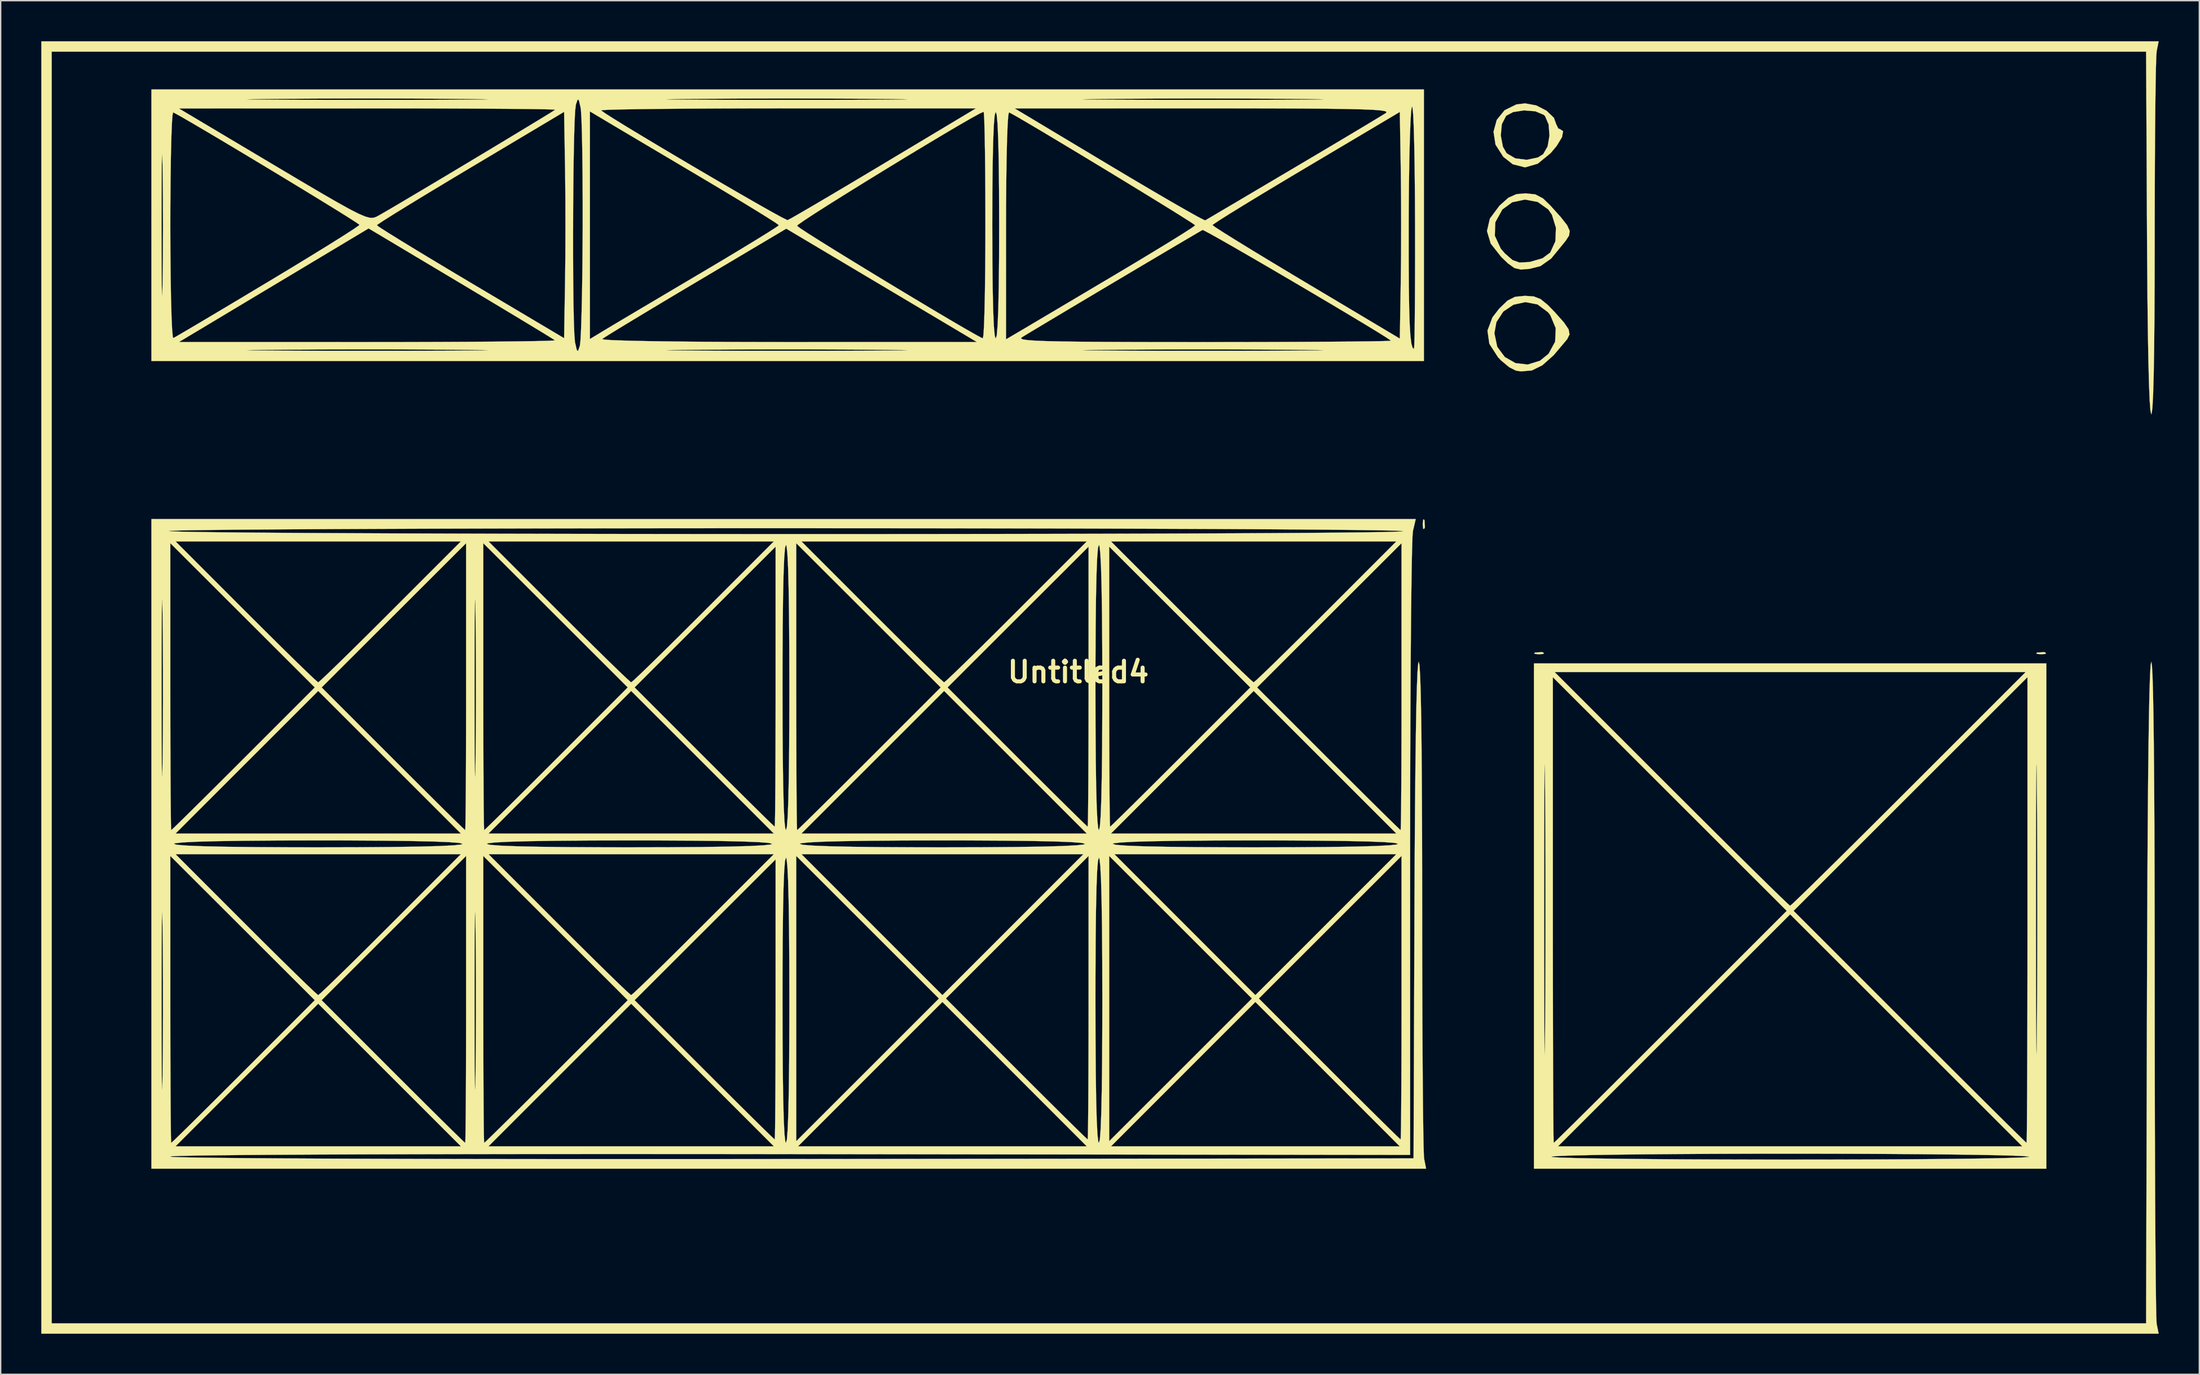
<source format=kicad_pcb>
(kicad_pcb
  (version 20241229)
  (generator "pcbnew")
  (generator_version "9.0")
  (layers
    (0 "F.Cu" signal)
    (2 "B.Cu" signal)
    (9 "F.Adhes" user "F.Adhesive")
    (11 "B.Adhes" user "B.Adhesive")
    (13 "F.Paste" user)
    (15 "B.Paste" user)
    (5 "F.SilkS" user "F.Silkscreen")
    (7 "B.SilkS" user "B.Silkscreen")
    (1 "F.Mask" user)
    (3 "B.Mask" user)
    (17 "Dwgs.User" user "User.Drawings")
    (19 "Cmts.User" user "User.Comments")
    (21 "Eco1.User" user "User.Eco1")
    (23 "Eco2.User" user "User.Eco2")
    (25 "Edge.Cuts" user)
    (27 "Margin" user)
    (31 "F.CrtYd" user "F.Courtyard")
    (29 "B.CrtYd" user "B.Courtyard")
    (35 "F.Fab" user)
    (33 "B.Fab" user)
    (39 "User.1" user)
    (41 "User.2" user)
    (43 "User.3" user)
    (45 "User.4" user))
  (footprint "Untitled4"
    (layer "F.Cu")
    (at 76.586 46.614)
    (property "Reference" "Untitled4" (at 0 0 0) (layer "F.SilkS") (effects (font (size 1.524 1.524) (thickness 0.3))))
    (attr through_hole)
    (fp_poly (pts (xy 25.568 -11.239) (xy 25.602 -10.719) (xy 25.568 -10.604) (xy 25.476 -10.573) (xy 25.44 -10.922) (xy 25.48 -11.283) (xy 25.568 -11.239)) (stroke (width 0.01) (type solid)) (fill yes) (layer "F.SilkS"))
    (fp_poly (pts (xy 34.353 -1.438) (xy 34.385 -1.346) (xy 34.036 -1.31) (xy 33.675 -1.35) (xy 33.718 -1.438) (xy 34.239 -1.472) (xy 34.353 -1.438)) (stroke (width 0.01) (type solid)) (fill yes) (layer "F.SilkS"))
    (fp_poly (pts (xy 71.438 -1.438) (xy 71.469 -1.346) (xy 71.12 -1.31) (xy 70.759 -1.35) (xy 70.802 -1.438) (xy 71.323 -1.472) (xy 71.438 -1.438)) (stroke (width 0.01) (type solid)) (fill yes) (layer "F.SilkS"))
    (fp_poly (pts (xy 33.827 -41.872) (xy 34.586 -41.481) (xy 35.129 -40.957) (xy 35.306 -40.469) (xy 35.459 -40.16) (xy 35.56 -40.132) (xy 35.81 -39.967) (xy 35.726 -39.526) (xy 35.339 -38.886) (xy 34.884 -38.343) (xy 33.936 -37.568) (xy 33.001 -37.295) (xy 32.093 -37.525) (xy 31.391 -38.077) (xy 30.816 -38.976) (xy 30.713 -39.646) (xy 31.206 -39.646) (xy 31.363 -38.818) (xy 31.637 -38.339) (xy 32.278 -37.961) (xy 33.124 -37.854) (xy 33.944 -38.025) (xy 34.333 -38.266) (xy 34.665 -38.84) (xy 34.802 -39.642) (xy 34.741 -40.461) (xy 34.478 -41.08) (xy 34.385 -41.175) (xy 33.761 -41.439) (xy 32.927 -41.506) (xy 32.117 -41.382) (xy 31.601 -41.108) (xy 31.284 -40.486) (xy 31.206 -39.646) (xy 30.713 -39.646) (xy 30.67 -39.923) (xy 30.909 -40.806) (xy 31.488 -41.518) (xy 32.361 -41.948) (xy 33.006 -42.025) (xy 33.827 -41.872)) (stroke (width 0.01) (type solid)) (fill yes) (layer "F.SilkS"))
    (fp_poly (pts (xy 33.643 -27.757) (xy 34.145 -27.562) (xy 34.679 -27.128) (xy 35.197 -26.593) (xy 35.868 -25.839) (xy 36.215 -25.329) (xy 36.284 -24.956) (xy 36.122 -24.616) (xy 36.083 -24.564) (xy 35.11 -23.412) (xy 34.276 -22.67) (xy 33.502 -22.288) (xy 32.708 -22.217) (xy 32.334 -22.271) (xy 31.828 -22.526) (xy 31.221 -23.033) (xy 31 -23.266) (xy 30.361 -24.259) (xy 30.25 -25.039) (xy 30.734 -25.039) (xy 30.945 -24.031) (xy 31.503 -23.28) (xy 32.292 -22.83) (xy 33.197 -22.724) (xy 34.104 -23.007) (xy 34.734 -23.519) (xy 35.221 -24.411) (xy 35.265 -25.408) (xy 34.866 -26.369) (xy 34.698 -26.587) (xy 33.917 -27.166) (xy 33.026 -27.338) (xy 32.146 -27.147) (xy 31.392 -26.64) (xy 30.884 -25.863) (xy 30.734 -25.039) (xy 30.25 -25.039) (xy 30.223 -25.229) (xy 30.589 -26.209) (xy 31.09 -26.858) (xy 31.706 -27.451) (xy 32.258 -27.729) (xy 32.969 -27.801) (xy 33.013 -27.801) (xy 33.643 -27.757)) (stroke (width 0.01) (type solid)) (fill yes) (layer "F.SilkS"))
    (fp_poly (pts (xy 33.753 -35.3) (xy 34.325 -35.001) (xy 34.866 -34.477) (xy 35.641 -33.614) (xy 36.105 -33.023) (xy 36.296 -32.603) (xy 36.249 -32.253) (xy 36.003 -31.875) (xy 35.877 -31.719) (xy 35.372 -31.101) (xy 34.925 -30.557) (xy 34.141 -30.001) (xy 33.34 -29.796) (xy 32.691 -29.744) (xy 32.217 -29.854) (xy 31.731 -30.203) (xy 31.245 -30.671) (xy 30.467 -31.657) (xy 30.289 -32.245) (xy 30.765 -32.245) (xy 31.208 -31.283) (xy 31.508 -30.937) (xy 32.075 -30.443) (xy 32.592 -30.261) (xy 33.32 -30.302) (xy 33.347 -30.305) (xy 34.286 -30.576) (xy 34.859 -31) (xy 35.241 -31.836) (xy 35.28 -32.834) (xy 34.984 -33.79) (xy 34.718 -34.183) (xy 33.936 -34.739) (xy 32.988 -34.916) (xy 32.046 -34.715) (xy 31.322 -34.183) (xy 30.802 -33.24) (xy 30.765 -32.245) (xy 30.289 -32.245) (xy 30.186 -32.588) (xy 30.4 -33.509) (xy 31.109 -34.462) (xy 31.111 -34.464) (xy 31.766 -35.05) (xy 32.364 -35.318) (xy 33.02 -35.375) (xy 33.753 -35.3)) (stroke (width 0.01) (type solid)) (fill yes) (layer "F.SilkS"))
    (fp_poly (pts (xy 79.648 -45.879) (xy 79.62 -45.488) (xy 79.593 -44.64) (xy 79.569 -43.386) (xy 79.548 -41.777) (xy 79.53 -39.864) (xy 79.516 -37.699) (xy 79.507 -35.332) (xy 79.502 -32.814) (xy 79.502 -32.099) (xy 79.497 -28.873) (xy 79.483 -26.084) (xy 79.459 -23.743) (xy 79.426 -21.861) (xy 79.384 -20.45) (xy 79.333 -19.521) (xy 79.274 -19.084) (xy 79.25 -19.05) (xy 79.188 -19.302) (xy 79.131 -20.049) (xy 79.081 -21.28) (xy 79.036 -22.98) (xy 78.998 -25.139) (xy 78.966 -27.743) (xy 78.942 -30.779) (xy 78.933 -32.449) (xy 78.867 -45.847) (xy -75.819 -45.847) (xy -75.819 48.133) (xy 78.867 48.133) (xy 78.932 23.686) (xy 78.947 19.106) (xy 78.965 14.987) (xy 78.988 11.333) (xy 79.014 8.151) (xy 79.045 5.444) (xy 79.079 3.218) (xy 79.116 1.48) (xy 79.157 0.233) (xy 79.202 -0.516) (xy 79.249 -0.762) (xy 79.297 -0.509) (xy 79.34 0.248) (xy 79.378 1.503) (xy 79.411 3.252) (xy 79.439 5.491) (xy 79.462 8.214) (xy 79.48 11.418) (xy 79.493 15.096) (xy 79.5 19.246) (xy 79.502 23.336) (xy 79.504 26.806) (xy 79.508 30.142) (xy 79.515 33.307) (xy 79.525 36.265) (xy 79.536 38.979) (xy 79.55 41.413) (xy 79.566 43.531) (xy 79.583 45.297) (xy 79.602 46.674) (xy 79.621 47.625) (xy 79.642 48.115) (xy 79.648 48.165) (xy 79.794 48.895) (xy -76.581 48.895) (xy -76.581 -46.609) (xy 79.794 -46.609) (xy 79.648 -45.879)) (stroke (width 0.01) (type solid)) (fill yes) (layer "F.SilkS"))
    (fp_poly (pts (xy 71.501 36.703) (xy 33.655 36.703) (xy 33.655 35.814) (xy 34.925 35.814) (xy 35.083 35.852) (xy 35.715 35.887) (xy 36.787 35.919) (xy 38.264 35.948) (xy 40.112 35.974) (xy 42.297 35.995) (xy 44.785 36.012) (xy 47.542 36.024) (xy 50.532 36.031) (xy 52.578 36.032) (xy 55.702 36.029) (xy 58.614 36.021) (xy 61.28 36.007) (xy 63.665 35.988) (xy 65.735 35.965) (xy 67.457 35.939) (xy 68.795 35.908) (xy 69.715 35.875) (xy 70.184 35.839) (xy 70.231 35.814) (xy 69.896 35.777) (xy 69.096 35.742) (xy 67.874 35.709) (xy 66.274 35.68) (xy 64.337 35.654) (xy 62.108 35.632) (xy 59.629 35.615) (xy 56.943 35.603) (xy 54.094 35.597) (xy 52.578 35.596) (xy 49.661 35.599) (xy 46.886 35.608) (xy 44.295 35.623) (xy 41.932 35.642) (xy 39.839 35.666) (xy 38.061 35.694) (xy 36.638 35.725) (xy 35.616 35.759) (xy 35.037 35.795) (xy 34.925 35.814) (xy 33.655 35.814) (xy 33.655 35.052) (xy 35.434 35.052) (xy 69.722 35.052) (xy 61.15 26.48) (xy 52.578 17.908) (xy 35.434 35.052) (xy 33.655 35.052) (xy 33.655 17.526) (xy 34.41 17.526) (xy 34.411 20.19) (xy 34.414 22.507) (xy 34.418 24.458) (xy 34.423 26.026) (xy 34.43 27.194) (xy 34.438 27.944) (xy 34.447 28.258) (xy 34.457 28.12) (xy 34.468 27.511) (xy 34.479 26.414) (xy 34.48 26.226) (xy 34.496 23.606) (xy 34.506 20.648) (xy 34.509 17.591) (xy 35.052 17.591) (xy 35.053 20.496) (xy 35.056 23.248) (xy 35.06 25.804) (xy 35.066 28.122) (xy 35.073 30.163) (xy 35.081 31.885) (xy 35.09 33.245) (xy 35.1 34.204) (xy 35.111 34.719) (xy 35.117 34.798) (xy 35.304 34.624) (xy 35.814 34.125) (xy 36.614 33.337) (xy 37.667 32.293) (xy 38.938 31.03) (xy 40.392 29.58) (xy 41.995 27.981) (xy 43.711 26.266) (xy 43.753 26.224) (xy 52.324 17.65) (xy 52.832 17.65) (xy 61.403 26.224) (xy 63.121 27.941) (xy 64.727 29.544) (xy 66.186 30.997) (xy 67.462 32.266) (xy 68.52 33.315) (xy 69.326 34.11) (xy 69.844 34.616) (xy 70.039 34.798) (xy 70.039 34.798) (xy 70.05 34.551) (xy 70.06 33.837) (xy 70.07 32.698) (xy 70.079 31.175) (xy 70.087 29.309) (xy 70.093 27.141) (xy 70.098 24.714) (xy 70.102 22.068) (xy 70.104 19.244) (xy 70.104 17.591) (xy 70.104 17.526) (xy 70.732 17.526) (xy 70.733 20.19) (xy 70.736 22.507) (xy 70.74 24.458) (xy 70.745 26.026) (xy 70.752 27.194) (xy 70.76 27.944) (xy 70.769 28.258) (xy 70.779 28.12) (xy 70.79 27.511) (xy 70.801 26.414) (xy 70.802 26.226) (xy 70.819 23.606) (xy 70.828 20.648) (xy 70.831 17.521) (xy 70.828 14.395) (xy 70.818 11.438) (xy 70.802 8.826) (xy 70.791 7.661) (xy 70.781 6.987) (xy 70.771 6.785) (xy 70.761 7.039) (xy 70.753 7.731) (xy 70.746 8.843) (xy 70.74 10.357) (xy 70.736 12.257) (xy 70.733 14.525) (xy 70.732 17.142) (xy 70.732 17.526) (xy 70.104 17.526) (xy 70.104 0.384) (xy 61.468 9.017) (xy 52.832 17.65) (xy 52.324 17.65) (xy 43.688 9.017) (xy 35.052 0.384) (xy 35.052 17.591) (xy 34.509 17.591) (xy 34.509 17.521) (xy 34.506 14.395) (xy 34.496 11.438) (xy 34.48 8.826) (xy 34.469 7.661) (xy 34.459 6.987) (xy 34.449 6.785) (xy 34.439 7.039) (xy 34.431 7.731) (xy 34.424 8.843) (xy 34.418 10.357) (xy 34.414 12.257) (xy 34.411 14.525) (xy 34.41 17.142) (xy 34.41 17.526) (xy 33.655 17.526) (xy 33.655 0) (xy 35.182 0) (xy 43.815 8.636) (xy 45.542 10.36) (xy 47.158 11.97) (xy 48.63 13.43) (xy 49.921 14.706) (xy 50.997 15.763) (xy 51.821 16.566) (xy 52.359 17.081) (xy 52.576 17.272) (xy 52.578 17.272) (xy 52.778 17.098) (xy 53.301 16.599) (xy 54.113 15.809) (xy 55.176 14.764) (xy 56.458 13.498) (xy 57.921 12.046) (xy 59.532 10.443) (xy 61.254 8.723) (xy 61.341 8.636) (xy 69.974 0) (xy 35.182 0) (xy 33.655 0) (xy 33.655 -0.635) (xy 71.501 -0.635) (xy 71.501 36.703)) (stroke (width 0.01) (type solid)) (fill yes) (layer "F.SilkS"))
    (fp_poly (pts (xy 25.527 -22.987) (xy -68.453 -22.987) (xy -68.453 -23.777) (xy -61.407 -23.777) (xy -61.027 -23.767) (xy -60.217 -23.759) (xy -58.996 -23.752) (xy -57.385 -23.746) (xy -55.401 -23.742) (xy -53.065 -23.741) (xy -52.451 -23.741) (xy -50.038 -23.742) (xy -47.977 -23.745) (xy -46.286 -23.75) (xy -44.984 -23.757) (xy -44.091 -23.765) (xy -43.625 -23.775) (xy -43.605 -23.785) (xy -44.051 -23.797) (xy -44.981 -23.809) (xy -45.294 -23.812) (xy -47.697 -23.83) (xy -50.41 -23.84) (xy -53.252 -23.842) (xy -56.041 -23.836) (xy -58.597 -23.822) (xy -59.772 -23.812) (xy -60.799 -23.8) (xy -61.337 -23.788) (xy -61.407 -23.777) (xy -68.453 -23.777) (xy -68.453 -24.386) (xy -66.421 -24.386) (xy -52.472 -24.385) (xy -49.868 -24.387) (xy -47.427 -24.394) (xy -45.194 -24.404) (xy -43.214 -24.418) (xy -41.533 -24.435) (xy -40.196 -24.455) (xy -39.248 -24.476) (xy -38.735 -24.5) (xy -38.655 -24.515) (xy -38.898 -24.673) (xy -39.523 -25.059) (xy -40.478 -25.639) (xy -41.708 -26.382) (xy -43.161 -27.255) (xy -44.781 -28.226) (xy -45.599 -28.715) (xy -52.411 -32.783) (xy -59.416 -28.585) (xy -66.421 -24.386) (xy -68.453 -24.386) (xy -68.453 -33.02) (xy -67.704 -33.02) (xy -67.702 -31.209) (xy -67.697 -29.753) (xy -67.688 -28.677) (xy -67.676 -28.007) (xy -67.662 -27.767) (xy -67.647 -27.983) (xy -67.63 -28.68) (xy -67.628 -28.765) (xy -67.605 -30.653) (xy -67.597 -32.805) (xy -67.597 -33.02) (xy -67.056 -33.02) (xy -67.05 -31.014) (xy -67.032 -29.183) (xy -67.004 -27.587) (xy -66.967 -26.283) (xy -66.923 -25.33) (xy -66.874 -24.787) (xy -66.837 -24.68) (xy -66.573 -24.828) (xy -65.927 -25.204) (xy -64.956 -25.778) (xy -63.713 -26.517) (xy -62.253 -27.388) (xy -60.63 -28.36) (xy -59.852 -28.826) (xy -58.184 -29.833) (xy -56.664 -30.759) (xy -55.347 -31.571) (xy -54.285 -32.238) (xy -53.529 -32.725) (xy -53.133 -33.001) (xy -53.114 -33.02) (xy -51.803 -33.02) (xy -51.593 -32.864) (xy -50.998 -32.482) (xy -50.07 -31.906) (xy -48.86 -31.167) (xy -47.421 -30.297) (xy -45.805 -29.329) (xy -44.889 -28.783) (xy -37.973 -24.673) (xy -37.903 -28.847) (xy -37.882 -30.714) (xy -37.876 -32.503) (xy -37.31 -32.503) (xy -37.309 -30.649) (xy -37.3 -28.897) (xy -37.282 -27.321) (xy -37.255 -25.999) (xy -37.219 -25.006) (xy -37.174 -24.418) (xy -37.163 -24.352) (xy -37.039 -23.805) (xy -36.948 -23.717) (xy -36.927 -23.777) (xy -30.419 -23.777) (xy -30.039 -23.767) (xy -29.229 -23.759) (xy -28.008 -23.752) (xy -26.397 -23.746) (xy -24.413 -23.742) (xy -22.077 -23.741) (xy -21.463 -23.741) (xy -19.05 -23.742) (xy -16.989 -23.745) (xy -15.298 -23.75) (xy -13.996 -23.757) (xy -13.103 -23.765) (xy -12.637 -23.775) (xy -12.633 -23.777) (xy 0.315 -23.777) (xy 0.695 -23.767) (xy 1.505 -23.759) (xy 2.726 -23.752) (xy 4.337 -23.746) (xy 6.321 -23.742) (xy 8.657 -23.741) (xy 9.271 -23.741) (xy 11.684 -23.742) (xy 13.745 -23.745) (xy 15.436 -23.75) (xy 16.738 -23.757) (xy 17.631 -23.765) (xy 18.097 -23.775) (xy 18.117 -23.785) (xy 17.671 -23.797) (xy 16.741 -23.809) (xy 16.428 -23.812) (xy 14.025 -23.83) (xy 11.312 -23.84) (xy 8.47 -23.842) (xy 5.681 -23.836) (xy 3.125 -23.822) (xy 1.95 -23.812) (xy 0.923 -23.8) (xy 0.385 -23.788) (xy 0.315 -23.777) (xy -12.633 -23.777) (xy -12.617 -23.785) (xy -13.063 -23.797) (xy -13.993 -23.809) (xy -14.306 -23.812) (xy -16.709 -23.83) (xy -19.422 -23.84) (xy -22.264 -23.842) (xy -25.053 -23.836) (xy -27.609 -23.822) (xy -28.784 -23.812) (xy -29.811 -23.8) (xy -30.349 -23.788) (xy -30.419 -23.777) (xy -36.927 -23.777) (xy -36.829 -24.052) (xy -36.807 -24.13) (xy -36.762 -24.535) (xy -36.758 -24.606) (xy -35.166 -24.606) (xy -34.968 -24.563) (xy -34.301 -24.522) (xy -33.203 -24.486) (xy -31.713 -24.454) (xy -29.87 -24.428) (xy -27.713 -24.408) (xy -25.281 -24.394) (xy -22.611 -24.388) (xy -21.45 -24.387) (xy -7.493 -24.39) (xy -14.529 -28.578) (xy -21.564 -32.765) (xy -28.245 -28.797) (xy -29.918 -27.801) (xy -31.453 -26.882) (xy -32.795 -26.073) (xy -33.889 -25.41) (xy -34.678 -24.924) (xy -35.108 -24.649) (xy -35.166 -24.606) (xy -36.758 -24.606) (xy -36.758 -24.609) (xy -36.068 -24.609) (xy -34.989 -25.262) (xy -34.48 -25.567) (xy -33.606 -26.088) (xy -32.436 -26.783) (xy -31.041 -27.61) (xy -29.494 -28.527) (xy -28.012 -29.404) (xy -26.455 -30.329) (xy -25.053 -31.171) (xy -23.861 -31.896) (xy -22.935 -32.469) (xy -22.333 -32.855) (xy -22.168 -32.976) (xy -20.771 -32.976) (xy -20.547 -32.804) (xy -19.95 -32.412) (xy -19.044 -31.839) (xy -17.894 -31.123) (xy -16.563 -30.304) (xy -15.117 -29.42) (xy -13.618 -28.511) (xy -12.132 -27.615) (xy -10.722 -26.771) (xy -9.453 -26.018) (xy -8.389 -25.396) (xy -7.594 -24.942) (xy -7.132 -24.695) (xy -7.048 -24.663) (xy -7.003 -24.901) (xy -6.961 -25.588) (xy -6.925 -26.665) (xy -6.895 -28.073) (xy -6.873 -29.754) (xy -6.861 -31.647) (xy -6.858 -33.02) (xy -6.35 -33.02) (xy -6.342 -30.486) (xy -6.32 -28.387) (xy -6.283 -26.738) (xy -6.232 -25.554) (xy -6.167 -24.85) (xy -6.096 -24.638) (xy -6.019 -24.889) (xy -5.956 -25.634) (xy -5.906 -26.857) (xy -5.87 -28.544) (xy -5.848 -30.679) (xy -5.842 -33.016) (xy -5.334 -33.016) (xy -5.334 -24.588) (xy -5.23 -24.649) (xy -4.229 -24.649) (xy -4.103 -24.586) (xy -3.771 -24.533) (xy -3.198 -24.49) (xy -2.349 -24.456) (xy -1.19 -24.43) (xy 0.316 -24.41) (xy 2.202 -24.397) (xy 4.505 -24.388) (xy 7.258 -24.385) (xy 9.257 -24.384) (xy 11.861 -24.386) (xy 14.303 -24.391) (xy 16.538 -24.4) (xy 18.52 -24.411) (xy 20.204 -24.424) (xy 21.544 -24.44) (xy 22.495 -24.457) (xy 23.011 -24.476) (xy 23.093 -24.488) (xy 22.806 -24.688) (xy 22.156 -25.096) (xy 21.206 -25.676) (xy 20.019 -26.389) (xy 18.661 -27.199) (xy 17.194 -28.068) (xy 15.682 -28.959) (xy 14.19 -29.833) (xy 12.78 -30.653) (xy 11.518 -31.382) (xy 10.467 -31.982) (xy 9.69 -32.415) (xy 9.252 -32.645) (xy 9.179 -32.671) (xy 8.782 -32.441) (xy 8.032 -32.001) (xy 6.997 -31.39) (xy 5.745 -30.649) (xy 4.342 -29.817) (xy 2.857 -28.934) (xy 1.356 -28.042) (xy -0.093 -27.179) (xy -1.422 -26.386) (xy -2.563 -25.703) (xy -3.45 -25.171) (xy -4.016 -24.829) (xy -4.184 -24.724) (xy -4.229 -24.649) (xy -5.23 -24.649) (xy -4.381 -25.148) (xy -3.912 -25.425) (xy -3.075 -25.922) (xy -1.936 -26.597) (xy -0.564 -27.411) (xy 0.972 -28.323) (xy 2.603 -29.291) (xy 4.177 -30.231) (xy 5.598 -31.089) (xy 6.81 -31.829) (xy 7.757 -32.419) (xy 8.384 -32.824) (xy 8.634 -33.008) (xy 8.636 -33.013) (xy 8.614 -33.03) (xy 9.914 -33.03) (xy 10.125 -32.871) (xy 10.722 -32.486) (xy 11.652 -31.905) (xy 12.862 -31.162) (xy 14.301 -30.289) (xy 15.917 -29.317) (xy 16.835 -28.768) (xy 23.749 -24.643) (xy 23.819 -28.831) (xy 23.84 -30.705) (xy 23.847 -32.841) (xy 23.847 -33.147) (xy 24.405 -33.147) (xy 24.405 -30.63) (xy 24.416 -28.58) (xy 24.44 -26.959) (xy 24.478 -25.726) (xy 24.533 -24.841) (xy 24.605 -24.265) (xy 24.696 -23.957) (xy 24.795 -23.876) (xy 24.816 -24.121) (xy 24.836 -24.817) (xy 24.852 -25.908) (xy 24.864 -27.338) (xy 24.872 -29.049) (xy 24.876 -30.987) (xy 24.874 -33.084) (xy 24.864 -35.334) (xy 24.844 -37.316) (xy 24.814 -38.987) (xy 24.777 -40.307) (xy 24.732 -41.235) (xy 24.682 -41.728) (xy 24.638 -41.783) (xy 24.584 -41.411) (xy 24.534 -40.597) (xy 24.49 -39.405) (xy 24.453 -37.901) (xy 24.426 -36.15) (xy 24.409 -34.217) (xy 24.405 -33.147) (xy 23.847 -33.147) (xy 23.842 -34.998) (xy 23.823 -36.929) (xy 23.819 -37.205) (xy 23.749 -41.39) (xy 16.828 -37.278) (xy 15.138 -36.27) (xy 13.597 -35.343) (xy 12.259 -34.529) (xy 11.174 -33.86) (xy 10.395 -33.368) (xy 9.974 -33.084) (xy 9.914 -33.03) (xy 8.614 -33.03) (xy 8.429 -33.165) (xy 7.848 -33.538) (xy 6.959 -34.095) (xy 5.823 -34.797) (xy 4.505 -35.606) (xy 3.068 -36.484) (xy 1.575 -37.391) (xy 0.089 -38.29) (xy -1.326 -39.141) (xy -2.607 -39.908) (xy -3.69 -40.55) (xy -4.513 -41.03) (xy -5.011 -41.309) (xy -5.115 -41.36) (xy -5.167 -41.136) (xy -5.215 -40.463) (xy -5.257 -39.398) (xy -5.291 -38) (xy -5.316 -36.327) (xy -5.331 -34.438) (xy -5.334 -33.016) (xy -5.842 -33.016) (xy -5.842 -33.02) (xy -5.85 -35.554) (xy -5.872 -37.653) (xy -5.909 -39.302) (xy -5.96 -40.486) (xy -6.025 -41.19) (xy -6.096 -41.402) (xy -6.173 -41.151) (xy -6.236 -40.406) (xy -6.286 -39.183) (xy -6.322 -37.496) (xy -6.344 -35.361) (xy -6.35 -33.02) (xy -6.858 -33.02) (xy -6.862 -35.026) (xy -6.873 -36.859) (xy -6.89 -38.462) (xy -6.913 -39.774) (xy -6.939 -40.736) (xy -6.97 -41.289) (xy -6.991 -41.402) (xy -7.275 -41.276) (xy -7.917 -40.922) (xy -8.857 -40.38) (xy -10.03 -39.687) (xy -11.373 -38.883) (xy -12.824 -38.006) (xy -14.319 -37.094) (xy -15.795 -36.186) (xy -17.19 -35.32) (xy -18.441 -34.536) (xy -19.484 -33.871) (xy -20.256 -33.364) (xy -20.694 -33.054) (xy -20.771 -32.976) (xy -22.168 -32.976) (xy -22.111 -33.019) (xy -22.111 -33.02) (xy -22.319 -33.178) (xy -22.909 -33.558) (xy -23.825 -34.127) (xy -25.008 -34.848) (xy -26.405 -35.689) (xy -27.956 -36.614) (xy -28.008 -36.644) (xy -29.634 -37.608) (xy -31.171 -38.519) (xy -32.548 -39.336) (xy -33.695 -40.017) (xy -34.54 -40.519) (xy -34.989 -40.786) (xy -36.068 -41.431) (xy -36.068 -24.609) (xy -36.758 -24.609) (xy -36.719 -25.38) (xy -36.681 -26.6) (xy -36.648 -28.126) (xy -36.622 -29.893) (xy -36.606 -31.832) (xy -36.601 -32.798) (xy -36.601 -34.809) (xy -36.61 -36.691) (xy -36.629 -38.374) (xy -36.657 -39.789) (xy -36.691 -40.866) (xy -36.73 -41.507) (xy -35.242 -41.507) (xy -34.937 -41.289) (xy -34.27 -40.864) (xy -33.306 -40.27) (xy -32.108 -39.546) (xy -30.742 -38.728) (xy -29.272 -37.856) (xy -27.763 -36.966) (xy -26.28 -36.098) (xy -24.886 -35.29) (xy -23.647 -34.578) (xy -22.627 -34.002) (xy -21.891 -33.599) (xy -21.504 -33.408) (xy -21.463 -33.398) (xy -21.19 -33.542) (xy -20.536 -33.917) (xy -19.556 -34.489) (xy -18.305 -35.226) (xy -16.838 -36.097) (xy -15.208 -37.07) (xy -14.382 -37.564) (xy -7.558 -41.654) (xy -4.699 -41.654) (xy 2.268 -37.477) (xy 3.966 -36.464) (xy 5.524 -35.544) (xy 6.888 -34.748) (xy 8.006 -34.107) (xy 8.825 -33.65) (xy 9.292 -33.409) (xy 9.38 -33.38) (xy 9.627 -33.525) (xy 10.256 -33.896) (xy 11.21 -34.459) (xy 12.433 -35.182) (xy 13.87 -36.032) (xy 15.464 -36.975) (xy 15.875 -37.218) (xy 17.522 -38.194) (xy 19.044 -39.099) (xy 20.382 -39.898) (xy 21.476 -40.554) (xy 22.265 -41.03) (xy 22.69 -41.292) (xy 22.726 -41.316) (xy 22.771 -41.391) (xy 22.645 -41.454) (xy 22.313 -41.507) (xy 21.74 -41.55) (xy 20.891 -41.584) (xy 19.732 -41.61) (xy 18.227 -41.63) (xy 16.341 -41.643) (xy 14.04 -41.651) (xy 11.288 -41.655) (xy 9.264 -41.655) (xy -4.699 -41.654) (xy -7.558 -41.654) (xy -7.556 -41.656) (xy -21.473 -41.656) (xy -24.073 -41.653) (xy -26.51 -41.646) (xy -28.739 -41.634) (xy -30.713 -41.618) (xy -32.388 -41.598) (xy -33.719 -41.576) (xy -34.66 -41.551) (xy -35.166 -41.524) (xy -35.242 -41.507) (xy -36.73 -41.507) (xy -36.731 -41.536) (xy -36.751 -41.688) (xy -36.875 -42.235) (xy -36.962 -42.319) (xy -30.419 -42.319) (xy -30.039 -42.309) (xy -29.229 -42.301) (xy -28.008 -42.294) (xy -26.397 -42.288) (xy -24.413 -42.285) (xy -22.077 -42.283) (xy -21.463 -42.283) (xy -19.05 -42.284) (xy -16.989 -42.287) (xy -15.298 -42.292) (xy -13.996 -42.299) (xy -13.103 -42.307) (xy -12.637 -42.317) (xy -12.633 -42.319) (xy 0.315 -42.319) (xy 0.695 -42.309) (xy 1.505 -42.301) (xy 2.726 -42.294) (xy 4.337 -42.288) (xy 6.321 -42.285) (xy 8.657 -42.283) (xy 9.271 -42.283) (xy 11.684 -42.284) (xy 13.745 -42.287) (xy 15.436 -42.292) (xy 16.738 -42.299) (xy 17.631 -42.307) (xy 18.097 -42.317) (xy 18.117 -42.327) (xy 17.671 -42.339) (xy 16.741 -42.351) (xy 16.428 -42.354) (xy 14.025 -42.372) (xy 11.312 -42.382) (xy 8.47 -42.384) (xy 5.681 -42.378) (xy 3.125 -42.364) (xy 1.95 -42.354) (xy 0.923 -42.342) (xy 0.385 -42.33) (xy 0.315 -42.319) (xy -12.633 -42.319) (xy -12.617 -42.327) (xy -13.063 -42.339) (xy -13.993 -42.351) (xy -14.306 -42.354) (xy -16.709 -42.372) (xy -19.422 -42.382) (xy -22.264 -42.384) (xy -25.053 -42.378) (xy -27.609 -42.364) (xy -28.784 -42.354) (xy -29.811 -42.342) (xy -30.349 -42.33) (xy -30.419 -42.319) (xy -36.962 -42.319) (xy -36.966 -42.323) (xy -37.085 -41.988) (xy -37.107 -41.91) (xy -37.157 -41.481) (xy -37.201 -40.62) (xy -37.237 -39.404) (xy -37.267 -37.908) (xy -37.289 -36.208) (xy -37.304 -34.381) (xy -37.31 -32.503) (xy -37.876 -32.503) (xy -37.875 -32.845) (xy -37.88 -34.999) (xy -37.899 -36.93) (xy -37.903 -37.209) (xy -37.973 -41.397) (xy -44.887 -37.272) (xy -46.575 -36.261) (xy -48.115 -35.332) (xy -49.453 -34.516) (xy -50.538 -33.847) (xy -51.318 -33.355) (xy -51.741 -33.073) (xy -51.803 -33.02) (xy -53.114 -33.02) (xy -53.086 -33.048) (xy -53.294 -33.201) (xy -53.875 -33.575) (xy -54.766 -34.132) (xy -55.903 -34.833) (xy -57.224 -35.64) (xy -58.663 -36.515) (xy -60.159 -37.419) (xy -61.647 -38.314) (xy -63.064 -39.162) (xy -64.347 -39.924) (xy -65.432 -40.562) (xy -66.255 -41.038) (xy -66.753 -41.314) (xy -66.849 -41.36) (xy -66.898 -41.136) (xy -66.943 -40.463) (xy -66.983 -39.398) (xy -67.015 -38.001) (xy -67.039 -36.328) (xy -67.053 -34.438) (xy -67.056 -33.02) (xy -67.597 -33.02) (xy -67.602 -34.982) (xy -67.622 -36.94) (xy -67.628 -37.275) (xy -67.645 -38.015) (xy -67.661 -38.273) (xy -67.675 -38.072) (xy -67.687 -37.439) (xy -67.696 -36.399) (xy -67.702 -34.975) (xy -67.704 -33.194) (xy -67.704 -33.02) (xy -68.453 -33.02) (xy -68.453 -41.649) (xy -66.421 -41.649) (xy -59.436 -37.488) (xy -57.502 -36.338) (xy -55.955 -35.425) (xy -54.745 -34.726) (xy -53.825 -34.214) (xy -53.146 -33.868) (xy -52.658 -33.661) (xy -52.313 -33.569) (xy -52.062 -33.569) (xy -51.857 -33.636) (xy -51.793 -33.667) (xy -51.408 -33.884) (xy -50.651 -34.325) (xy -49.585 -34.955) (xy -48.27 -35.736) (xy -46.771 -36.63) (xy -45.149 -37.601) (xy -44.935 -37.73) (xy -43.335 -38.692) (xy -41.881 -39.568) (xy -40.629 -40.326) (xy -39.635 -40.93) (xy -38.954 -41.348) (xy -38.642 -41.545) (xy -38.629 -41.554) (xy -38.855 -41.573) (xy -39.544 -41.591) (xy -40.65 -41.607) (xy -42.128 -41.621) (xy -43.931 -41.633) (xy -46.016 -41.642) (xy -48.337 -41.649) (xy -50.847 -41.652) (xy -52.472 -41.652) (xy -66.421 -41.649) (xy -68.453 -41.649) (xy -68.453 -42.319) (xy -61.407 -42.319) (xy -61.027 -42.309) (xy -60.217 -42.301) (xy -58.996 -42.294) (xy -57.385 -42.288) (xy -55.401 -42.285) (xy -53.065 -42.283) (xy -52.451 -42.283) (xy -50.038 -42.284) (xy -47.977 -42.287) (xy -46.286 -42.292) (xy -44.984 -42.299) (xy -44.091 -42.307) (xy -43.625 -42.317) (xy -43.605 -42.327) (xy -44.051 -42.339) (xy -44.981 -42.351) (xy -45.294 -42.354) (xy -47.697 -42.372) (xy -50.41 -42.382) (xy -53.252 -42.384) (xy -56.041 -42.378) (xy -58.597 -42.364) (xy -59.772 -42.354) (xy -60.799 -42.342) (xy -61.337 -42.33) (xy -61.407 -42.319) (xy -68.453 -42.319) (xy -68.453 -43.053) (xy 25.527 -43.053) (xy 25.527 -22.987)) (stroke (width 0.01) (type solid)) (fill yes) (layer "F.SilkS"))
    (fp_poly (pts (xy 24.718 -10.414) (xy 24.687 -10.032) (xy 24.658 -9.18) (xy 24.63 -7.896) (xy 24.605 -6.217) (xy 24.581 -4.183) (xy 24.561 -1.83) (xy 24.544 0.803) (xy 24.53 3.678) (xy 24.519 6.758) (xy 24.513 10.003) (xy 24.511 13.081) (xy 24.511 35.687) (xy -21.011 35.629) (xy -26.431 35.623) (xy -31.596 35.621) (xy -36.487 35.621) (xy -41.086 35.623) (xy -45.374 35.629) (xy -49.333 35.637) (xy -52.945 35.647) (xy -56.19 35.66) (xy -59.051 35.675) (xy -61.51 35.693) (xy -63.546 35.713) (xy -65.143 35.735) (xy -66.282 35.759) (xy -66.943 35.785) (xy -67.112 35.804) (xy -66.933 35.832) (xy -66.261 35.858) (xy -65.11 35.882) (xy -63.495 35.904) (xy -61.432 35.924) (xy -58.935 35.941) (xy -56.018 35.956) (xy -52.697 35.969) (xy -48.987 35.979) (xy -44.901 35.987) (xy -40.455 35.992) (xy -35.664 35.995) (xy -30.543 35.995) (xy -25.106 35.992) (xy -21.463 35.989) (xy 24.765 35.941) (xy 24.83 17.59) (xy 24.847 13.694) (xy 24.87 10.244) (xy 24.898 7.248) (xy 24.931 4.714) (xy 24.968 2.651) (xy 25.011 1.066) (xy 25.058 -0.033) (xy 25.109 -0.637) (xy 25.148 -0.762) (xy 25.202 -0.509) (xy 25.25 0.245) (xy 25.292 1.492) (xy 25.327 3.226) (xy 25.355 5.44) (xy 25.376 8.127) (xy 25.391 11.279) (xy 25.399 14.89) (xy 25.4 17.24) (xy 25.402 20.237) (xy 25.408 23.098) (xy 25.417 25.781) (xy 25.43 28.243) (xy 25.445 30.441) (xy 25.463 32.333) (xy 25.483 33.876) (xy 25.505 35.028) (xy 25.528 35.746) (xy 25.546 35.973) (xy 25.692 36.703) (xy -68.453 36.703) (xy -68.453 35.052) (xy -66.673 35.052) (xy -45.595 35.052) (xy -43.559 35.052) (xy -22.481 35.052) (xy -20.696 35.052) (xy 0.63 35.052) (xy 2.418 35.052) (xy 23.744 35.052) (xy 18.415 29.718) (xy 17.073 28.375) (xy 15.855 27.156) (xy 14.804 26.105) (xy 13.965 25.267) (xy 13.383 24.685) (xy 13.101 24.403) (xy 13.081 24.384) (xy 12.908 24.556) (xy 12.419 25.044) (xy 11.661 25.803) (xy 10.675 26.788) (xy 9.507 27.957) (xy 8.201 29.263) (xy 7.747 29.718) (xy 2.418 35.052) (xy 0.63 35.052) (xy -4.699 29.718) (xy -6.041 28.375) (xy -7.259 27.156) (xy -8.31 26.105) (xy -9.149 25.267) (xy -9.731 24.685) (xy -10.013 24.403) (xy -10.033 24.384) (xy -10.206 24.556) (xy -10.695 25.044) (xy -11.453 25.803) (xy -12.439 26.788) (xy -13.607 27.957) (xy -14.913 29.263) (xy -15.367 29.718) (xy -20.696 35.052) (xy -22.481 35.052) (xy -27.75 29.782) (xy -33.02 24.513) (xy -43.559 35.052) (xy -45.595 35.052) (xy -56.134 24.513) (xy -61.404 29.782) (xy -66.673 35.052) (xy -68.453 35.052) (xy -68.453 24.257) (xy -67.702 24.257) (xy -67.7 26.309) (xy -67.696 28.011) (xy -67.689 29.34) (xy -67.68 30.273) (xy -67.669 30.788) (xy -67.656 30.862) (xy -67.642 30.472) (xy -67.628 29.672) (xy -67.608 27.628) (xy -67.598 25.286) (xy -67.599 24.196) (xy -67.056 24.196) (xy -67.054 26.461) (xy -67.05 28.561) (xy -67.043 30.442) (xy -67.034 32.053) (xy -67.023 33.34) (xy -67.011 34.251) (xy -66.997 34.734) (xy -66.99 34.798) (xy -66.801 34.625) (xy -66.299 34.138) (xy -65.528 33.379) (xy -64.533 32.394) (xy -63.36 31.227) (xy -62.053 29.922) (xy -61.656 29.525) (xy -56.388 24.253) (xy -55.88 24.253) (xy -50.612 29.525) (xy -49.275 30.861) (xy -48.059 32.072) (xy -47.008 33.115) (xy -46.167 33.944) (xy -45.582 34.515) (xy -45.298 34.783) (xy -45.278 34.798) (xy -45.264 34.553) (xy -45.251 33.852) (xy -45.239 32.749) (xy -45.229 31.295) (xy -45.221 29.545) (xy -45.215 27.549) (xy -45.212 25.361) (xy -45.212 24.257) (xy -44.588 24.257) (xy -44.586 26.309) (xy -44.582 28.011) (xy -44.575 29.34) (xy -44.566 30.273) (xy -44.555 30.788) (xy -44.542 30.862) (xy -44.528 30.472) (xy -44.514 29.672) (xy -44.494 27.628) (xy -44.484 25.286) (xy -44.485 24.196) (xy -43.942 24.196) (xy -43.94 26.461) (xy -43.936 28.561) (xy -43.929 30.442) (xy -43.92 32.053) (xy -43.909 33.34) (xy -43.897 34.251) (xy -43.883 34.734) (xy -43.876 34.798) (xy -43.687 34.625) (xy -43.185 34.138) (xy -42.414 33.379) (xy -41.419 32.394) (xy -40.246 31.227) (xy -38.939 29.922) (xy -38.542 29.525) (xy -33.274 24.253) (xy -33.274 24.252) (xy -32.766 24.252) (xy -27.625 29.398) (xy -26.305 30.717) (xy -25.106 31.911) (xy -24.073 32.935) (xy -23.252 33.744) (xy -22.689 34.292) (xy -22.43 34.536) (xy -22.418 34.544) (xy -22.404 34.299) (xy -22.39 33.599) (xy -22.379 32.498) (xy -22.369 31.048) (xy -22.361 29.304) (xy -22.355 27.318) (xy -22.352 25.144) (xy -22.352 24.257) (xy -21.844 24.257) (xy -21.838 27.155) (xy -21.82 29.605) (xy -21.79 31.596) (xy -21.749 33.117) (xy -21.696 34.158) (xy -21.633 34.708) (xy -21.59 34.798) (xy -21.554 34.669) (xy -20.828 34.669) (xy -15.558 29.4) (xy -10.289 24.13) (xy -10.29 24.128) (xy -9.776 24.128) (xy -4.573 29.336) (xy -3.245 30.663) (xy -2.037 31.866) (xy -0.995 32.899) (xy -0.165 33.718) (xy 0.409 34.277) (xy 0.681 34.533) (xy 0.696 34.544) (xy 0.71 34.299) (xy 0.723 33.599) (xy 0.735 32.496) (xy 0.745 31.045) (xy 0.753 29.297) (xy 0.759 27.306) (xy 0.762 25.125) (xy 0.762 24.257) (xy 1.27 24.257) (xy 1.276 27.155) (xy 1.294 29.605) (xy 1.324 31.596) (xy 1.365 33.117) (xy 1.418 34.158) (xy 1.481 34.708) (xy 1.524 34.798) (xy 1.56 34.669) (xy 2.286 34.669) (xy 7.556 29.4) (xy 12.825 24.13) (xy 12.824 24.128) (xy 13.338 24.128) (xy 18.541 29.336) (xy 19.869 30.663) (xy 21.077 31.866) (xy 22.119 32.899) (xy 22.949 33.718) (xy 23.523 34.277) (xy 23.795 34.533) (xy 23.81 34.544) (xy 23.824 34.299) (xy 23.837 33.599) (xy 23.849 32.496) (xy 23.859 31.045) (xy 23.867 29.297) (xy 23.873 27.306) (xy 23.876 25.125) (xy 23.876 24.067) (xy 23.876 13.591) (xy 18.607 18.859) (xy 13.338 24.128) (xy 12.824 24.128) (xy 7.556 18.86) (xy 2.286 13.591) (xy 2.286 34.669) (xy 1.56 34.669) (xy 1.594 34.546) (xy 1.653 33.796) (xy 1.701 32.56) (xy 1.738 30.848) (xy 1.763 28.671) (xy 1.776 26.038) (xy 1.778 24.257) (xy 1.772 21.359) (xy 1.754 18.909) (xy 1.724 16.918) (xy 1.683 15.397) (xy 1.63 14.356) (xy 1.567 13.806) (xy 1.524 13.716) (xy 1.454 13.968) (xy 1.395 14.718) (xy 1.347 15.954) (xy 1.31 17.666) (xy 1.285 19.843) (xy 1.272 22.476) (xy 1.27 24.257) (xy 0.762 24.257) (xy 0.762 24.067) (xy 0.762 13.591) (xy -4.507 18.859) (xy -9.776 24.128) (xy -10.29 24.128) (xy -15.558 18.86) (xy -20.828 13.591) (xy -20.828 34.669) (xy -21.554 34.669) (xy -21.52 34.546) (xy -21.461 33.796) (xy -21.413 32.56) (xy -21.376 30.848) (xy -21.351 28.671) (xy -21.338 26.038) (xy -21.336 24.257) (xy -21.342 21.359) (xy -21.36 18.909) (xy -21.39 16.918) (xy -21.431 15.397) (xy -21.484 14.356) (xy -21.547 13.806) (xy -21.59 13.716) (xy -21.66 13.968) (xy -21.719 14.718) (xy -21.767 15.954) (xy -21.804 17.666) (xy -21.829 19.843) (xy -21.842 22.476) (xy -21.844 24.257) (xy -22.352 24.257) (xy -22.352 24.196) (xy -22.352 13.848) (xy -27.559 19.05) (xy -32.766 24.252) (xy -33.274 24.252) (xy -38.608 18.923) (xy -43.942 13.594) (xy -43.942 24.196) (xy -44.485 24.196) (xy -44.485 22.853) (xy -44.497 20.539) (xy -44.514 19.004) (xy -44.529 18.129) (xy -44.543 17.741) (xy -44.555 17.816) (xy -44.566 18.334) (xy -44.575 19.271) (xy -44.582 20.607) (xy -44.586 22.318) (xy -44.588 24.257) (xy -45.212 24.257) (xy -45.212 24.196) (xy -45.212 13.594) (xy -50.546 18.923) (xy -55.88 24.253) (xy -56.388 24.253) (xy -61.722 18.923) (xy -67.056 13.594) (xy -67.056 24.196) (xy -67.599 24.196) (xy -67.599 22.853) (xy -67.611 20.539) (xy -67.628 19.004) (xy -67.643 18.129) (xy -67.657 17.741) (xy -67.669 17.816) (xy -67.68 18.334) (xy -67.689 19.271) (xy -67.696 20.607) (xy -67.7 22.318) (xy -67.702 24.257) (xy -68.453 24.257) (xy -68.453 13.462) (xy -66.67 13.462) (xy -61.468 18.669) (xy -60.137 19.997) (xy -58.922 21.2) (xy -57.871 22.233) (xy -57.028 23.052) (xy -56.44 23.611) (xy -56.153 23.865) (xy -56.134 23.876) (xy -55.928 23.703) (xy -55.41 23.215) (xy -54.625 22.456) (xy -53.621 21.472) (xy -52.442 20.306) (xy -51.136 19.005) (xy -50.8 18.669) (xy -45.598 13.462) (xy -43.556 13.462) (xy -38.354 18.669) (xy -37.023 19.997) (xy -35.808 21.2) (xy -34.757 22.233) (xy -33.914 23.052) (xy -33.326 23.611) (xy -33.039 23.865) (xy -33.02 23.876) (xy -32.814 23.703) (xy -32.296 23.215) (xy -31.511 22.456) (xy -30.507 21.472) (xy -29.328 20.306) (xy -28.022 19.005) (xy -27.686 18.669) (xy -22.484 13.462) (xy -20.442 13.462) (xy -15.24 18.669) (xy -13.915 19.995) (xy -12.714 21.197) (xy -11.681 22.23) (xy -10.863 23.048) (xy -10.302 23.608) (xy -10.045 23.864) (xy -10.033 23.876) (xy -9.86 23.704) (xy -9.372 23.217) (xy -8.615 22.46) (xy -7.633 21.477) (xy -6.47 20.315) (xy -5.172 19.016) (xy -4.826 18.669) (xy 0.376 13.462) (xy 2.672 13.462) (xy 7.874 18.669) (xy 9.199 19.995) (xy 10.4 21.197) (xy 11.433 22.23) (xy 12.251 23.048) (xy 12.812 23.608) (xy 13.069 23.864) (xy 13.081 23.876) (xy 13.254 23.704) (xy 13.742 23.217) (xy 14.499 22.46) (xy 15.481 21.477) (xy 16.644 20.315) (xy 17.942 19.016) (xy 18.288 18.669) (xy 23.49 13.462) (xy 2.672 13.462) (xy 0.376 13.462) (xy -20.442 13.462) (xy -22.484 13.462) (xy -43.556 13.462) (xy -45.598 13.462) (xy -66.67 13.462) (xy -68.453 13.462) (xy -68.453 12.7) (xy -66.802 12.7) (xy -66.55 12.769) (xy -65.8 12.828) (xy -64.563 12.876) (xy -62.85 12.913) (xy -60.671 12.938) (xy -58.036 12.952) (xy -56.134 12.954) (xy -53.215 12.948) (xy -50.746 12.93) (xy -48.736 12.901) (xy -47.196 12.86) (xy -46.136 12.808) (xy -45.568 12.745) (xy -45.466 12.7) (xy -43.688 12.7) (xy -43.436 12.77) (xy -42.686 12.829) (xy -41.45 12.877) (xy -39.738 12.914) (xy -37.561 12.939) (xy -34.928 12.952) (xy -33.147 12.954) (xy -30.249 12.948) (xy -27.799 12.93) (xy -25.808 12.9) (xy -24.287 12.859) (xy -23.246 12.806) (xy -22.696 12.743) (xy -22.606 12.7) (xy -20.574 12.7) (xy -20.322 12.77) (xy -19.572 12.829) (xy -18.336 12.877) (xy -16.624 12.914) (xy -14.447 12.939) (xy -11.814 12.952) (xy -10.033 12.954) (xy -7.135 12.948) (xy -4.685 12.93) (xy -2.694 12.9) (xy -1.173 12.859) (xy -0.132 12.806) (xy 0.418 12.743) (xy 0.508 12.7) (xy 2.54 12.7) (xy 2.792 12.77) (xy 3.542 12.829) (xy 4.778 12.877) (xy 6.49 12.914) (xy 8.667 12.939) (xy 11.3 12.952) (xy 13.081 12.954) (xy 15.979 12.948) (xy 18.429 12.93) (xy 20.42 12.9) (xy 21.941 12.859) (xy 22.982 12.806) (xy 23.532 12.743) (xy 23.622 12.7) (xy 23.37 12.63) (xy 22.62 12.571) (xy 21.384 12.523) (xy 19.672 12.486) (xy 17.495 12.461) (xy 14.862 12.448) (xy 13.081 12.446) (xy 10.183 12.452) (xy 7.733 12.47) (xy 5.742 12.5) (xy 4.221 12.541) (xy 3.18 12.594) (xy 2.63 12.657) (xy 2.54 12.7) (xy 0.508 12.7) (xy 0.256 12.63) (xy -0.494 12.571) (xy -1.73 12.523) (xy -3.442 12.486) (xy -5.619 12.461) (xy -8.252 12.448) (xy -10.033 12.446) (xy -12.931 12.452) (xy -15.381 12.47) (xy -17.372 12.5) (xy -18.893 12.541) (xy -19.934 12.594) (xy -20.484 12.657) (xy -20.574 12.7) (xy -22.606 12.7) (xy -22.858 12.63) (xy -23.608 12.571) (xy -24.844 12.523) (xy -26.556 12.486) (xy -28.733 12.461) (xy -31.366 12.448) (xy -33.147 12.446) (xy -36.045 12.452) (xy -38.495 12.47) (xy -40.486 12.5) (xy -42.007 12.541) (xy -43.048 12.594) (xy -43.598 12.657) (xy -43.688 12.7) (xy -45.466 12.7) (xy -45.718 12.631) (xy -46.468 12.572) (xy -47.705 12.524) (xy -49.418 12.487) (xy -51.597 12.462) (xy -54.232 12.448) (xy -56.134 12.446) (xy -59.053 12.452) (xy -61.522 12.47) (xy -63.532 12.499) (xy -65.072 12.54) (xy -66.132 12.592) (xy -66.7 12.655) (xy -66.802 12.7) (xy -68.453 12.7) (xy -68.453 11.938) (xy -66.673 11.938) (xy -45.595 11.938) (xy -43.559 11.938) (xy -22.481 11.938) (xy -20.445 11.938) (xy 0.633 11.938) (xy 2.415 11.938) (xy 23.493 11.938) (xy 18.224 6.668) (xy 12.954 1.399) (xy 2.415 11.938) (xy 0.633 11.938) (xy -4.636 6.668) (xy -9.906 1.399) (xy -20.445 11.938) (xy -22.481 11.938) (xy -27.75 6.668) (xy -33.02 1.399) (xy -43.559 11.938) (xy -45.595 11.938) (xy -56.134 1.399) (xy -61.404 6.668) (xy -66.673 11.938) (xy -68.453 11.938) (xy -68.453 1.143) (xy -67.702 1.143) (xy -67.7 3.195) (xy -67.696 4.897) (xy -67.689 6.226) (xy -67.68 7.159) (xy -67.669 7.674) (xy -67.656 7.748) (xy -67.642 7.358) (xy -67.628 6.558) (xy -67.608 4.514) (xy -67.598 2.172) (xy -67.599 1.082) (xy -67.056 1.082) (xy -67.054 3.347) (xy -67.05 5.447) (xy -67.043 7.328) (xy -67.034 8.939) (xy -67.023 10.226) (xy -67.011 11.137) (xy -66.997 11.62) (xy -66.99 11.684) (xy -66.801 11.511) (xy -66.299 11.024) (xy -65.528 10.265) (xy -64.533 9.28) (xy -63.36 8.113) (xy -62.053 6.808) (xy -61.656 6.411) (xy -56.388 1.139) (xy -55.88 1.139) (xy -50.612 6.411) (xy -49.275 7.747) (xy -48.059 8.958) (xy -47.008 10.001) (xy -46.167 10.83) (xy -45.582 11.401) (xy -45.298 11.669) (xy -45.278 11.684) (xy -45.264 11.439) (xy -45.251 10.738) (xy -45.239 9.635) (xy -45.229 8.181) (xy -45.221 6.431) (xy -45.215 4.435) (xy -45.212 2.247) (xy -45.212 1.143) (xy -44.588 1.143) (xy -44.586 3.195) (xy -44.582 4.897) (xy -44.575 6.226) (xy -44.566 7.159) (xy -44.555 7.674) (xy -44.542 7.748) (xy -44.528 7.358) (xy -44.514 6.558) (xy -44.494 4.514) (xy -44.484 2.172) (xy -44.485 1.082) (xy -43.942 1.082) (xy -43.94 3.347) (xy -43.936 5.447) (xy -43.929 7.328) (xy -43.92 8.939) (xy -43.909 10.226) (xy -43.897 11.137) (xy -43.883 11.62) (xy -43.876 11.684) (xy -43.687 11.511) (xy -43.185 11.024) (xy -42.414 10.265) (xy -41.419 9.28) (xy -40.246 8.113) (xy -38.939 6.808) (xy -38.542 6.411) (xy -33.274 1.139) (xy -33.274 1.138) (xy -32.766 1.138) (xy -27.625 6.284) (xy -26.305 7.603) (xy -25.106 8.797) (xy -24.073 9.821) (xy -23.252 10.63) (xy -22.689 11.178) (xy -22.43 11.422) (xy -22.418 11.43) (xy -22.404 11.185) (xy -22.39 10.485) (xy -22.379 9.384) (xy -22.369 7.934) (xy -22.361 6.19) (xy -22.355 4.204) (xy -22.352 2.03) (xy -22.352 1.143) (xy -21.844 1.143) (xy -21.838 4.041) (xy -21.82 6.491) (xy -21.79 8.482) (xy -21.749 10.003) (xy -21.696 11.044) (xy -21.633 11.594) (xy -21.59 11.684) (xy -21.52 11.432) (xy -21.461 10.682) (xy -21.413 9.446) (xy -21.376 7.734) (xy -21.351 5.557) (xy -21.338 2.924) (xy -21.336 1.143) (xy -21.336 1.082) (xy -20.828 1.082) (xy -20.826 3.347) (xy -20.822 5.447) (xy -20.815 7.328) (xy -20.806 8.939) (xy -20.795 10.226) (xy -20.783 11.137) (xy -20.769 11.62) (xy -20.762 11.684) (xy -20.573 11.511) (xy -20.071 11.024) (xy -19.3 10.265) (xy -18.305 9.28) (xy -17.132 8.113) (xy -15.825 6.808) (xy -15.428 6.411) (xy -10.16 1.139) (xy -10.16 1.138) (xy -9.652 1.138) (xy -4.511 6.284) (xy -3.191 7.603) (xy -1.992 8.797) (xy -0.959 9.821) (xy -0.138 10.63) (xy 0.425 11.178) (xy 0.684 11.422) (xy 0.696 11.43) (xy 0.71 11.185) (xy 0.724 10.485) (xy 0.735 9.384) (xy 0.745 7.934) (xy 0.753 6.19) (xy 0.759 4.204) (xy 0.762 2.03) (xy 0.762 1.143) (xy 1.27 1.143) (xy 1.276 4.041) (xy 1.294 6.491) (xy 1.324 8.482) (xy 1.365 10.003) (xy 1.418 11.044) (xy 1.481 11.594) (xy 1.524 11.684) (xy 1.594 11.432) (xy 1.653 10.682) (xy 1.701 9.446) (xy 1.738 7.734) (xy 1.763 5.557) (xy 1.776 2.924) (xy 1.778 1.143) (xy 1.778 1.082) (xy 2.286 1.082) (xy 2.288 3.319) (xy 2.292 5.39) (xy 2.299 7.241) (xy 2.308 8.82) (xy 2.319 10.072) (xy 2.332 10.946) (xy 2.346 11.387) (xy 2.352 11.43) (xy 2.541 11.258) (xy 3.043 10.77) (xy 3.813 10.013) (xy 4.804 9.031) (xy 5.971 7.87) (xy 7.269 6.574) (xy 7.559 6.284) (xy 12.7 1.139) (xy 13.208 1.139) (xy 18.476 6.411) (xy 19.813 7.747) (xy 21.029 8.958) (xy 22.08 10.001) (xy 22.921 10.83) (xy 23.506 11.401) (xy 23.79 11.669) (xy 23.81 11.684) (xy 23.824 11.439) (xy 23.837 10.738) (xy 23.849 9.635) (xy 23.859 8.181) (xy 23.867 6.431) (xy 23.873 4.435) (xy 23.876 2.247) (xy 23.876 1.082) (xy 23.876 -9.52) (xy 18.542 -4.191) (xy 13.208 1.139) (xy 12.7 1.139) (xy 12.7 1.138) (xy 2.286 -9.266) (xy 2.286 1.082) (xy 1.778 1.082) (xy 1.772 -1.755) (xy 1.754 -4.205) (xy 1.724 -6.196) (xy 1.683 -7.717) (xy 1.63 -8.758) (xy 1.567 -9.308) (xy 1.524 -9.398) (xy 1.454 -9.146) (xy 1.395 -8.396) (xy 1.347 -7.16) (xy 1.31 -5.448) (xy 1.285 -3.271) (xy 1.272 -0.638) (xy 1.27 1.143) (xy 0.762 1.143) (xy 0.762 1.082) (xy 0.762 -9.266) (xy -4.445 -4.064) (xy -9.652 1.138) (xy -10.16 1.138) (xy -15.494 -4.191) (xy -20.828 -9.52) (xy -20.828 1.082) (xy -21.336 1.082) (xy -21.342 -1.755) (xy -21.36 -4.205) (xy -21.39 -6.196) (xy -21.431 -7.717) (xy -21.484 -8.758) (xy -21.547 -9.308) (xy -21.59 -9.398) (xy -21.66 -9.146) (xy -21.719 -8.396) (xy -21.767 -7.16) (xy -21.804 -5.448) (xy -21.829 -3.271) (xy -21.842 -0.638) (xy -21.844 1.143) (xy -22.352 1.143) (xy -22.352 1.082) (xy -22.352 -9.266) (xy -27.559 -4.064) (xy -32.766 1.138) (xy -33.274 1.138) (xy -38.608 -4.191) (xy -43.942 -9.52) (xy -43.942 1.082) (xy -44.485 1.082) (xy -44.485 -0.261) (xy -44.497 -2.575) (xy -44.514 -4.11) (xy -44.529 -4.985) (xy -44.543 -5.373) (xy -44.555 -5.298) (xy -44.566 -4.78) (xy -44.575 -3.843) (xy -44.582 -2.507) (xy -44.586 -0.796) (xy -44.588 1.143) (xy -45.212 1.143) (xy -45.212 1.082) (xy -45.212 -9.52) (xy -50.546 -4.191) (xy -55.88 1.139) (xy -56.388 1.139) (xy -61.722 -4.191) (xy -67.056 -9.52) (xy -67.056 1.082) (xy -67.599 1.082) (xy -67.599 -0.261) (xy -67.611 -2.575) (xy -67.628 -4.11) (xy -67.643 -4.985) (xy -67.657 -5.373) (xy -67.669 -5.298) (xy -67.68 -4.78) (xy -67.689 -3.843) (xy -67.696 -2.507) (xy -67.7 -0.796) (xy -67.702 1.143) (xy -68.453 1.143) (xy -68.453 -9.652) (xy -66.67 -9.652) (xy -61.468 -4.445) (xy -60.137 -3.117) (xy -58.922 -1.914) (xy -57.871 -0.881) (xy -57.028 -0.062) (xy -56.44 0.497) (xy -56.153 0.751) (xy -56.134 0.762) (xy -55.928 0.589) (xy -55.41 0.101) (xy -54.625 -0.658) (xy -53.621 -1.642) (xy -52.442 -2.808) (xy -51.136 -4.109) (xy -50.8 -4.445) (xy -45.598 -9.652) (xy -43.556 -9.652) (xy -38.354 -4.445) (xy -37.023 -3.117) (xy -35.808 -1.914) (xy -34.757 -0.881) (xy -33.914 -0.062) (xy -33.326 0.497) (xy -33.039 0.751) (xy -33.02 0.762) (xy -32.814 0.589) (xy -32.296 0.101) (xy -31.511 -0.658) (xy -30.507 -1.642) (xy -29.328 -2.808) (xy -28.022 -4.109) (xy -27.686 -4.445) (xy -22.484 -9.652) (xy -20.442 -9.652) (xy -15.24 -4.445) (xy -13.909 -3.117) (xy -12.694 -1.914) (xy -11.643 -0.881) (xy -10.8 -0.062) (xy -10.212 0.497) (xy -9.925 0.751) (xy -9.906 0.762) (xy -9.7 0.589) (xy -9.182 0.101) (xy -8.397 -0.658) (xy -7.393 -1.642) (xy -6.214 -2.808) (xy -4.908 -4.109) (xy -4.572 -4.445) (xy 0.63 -9.652) (xy 2.418 -9.652) (xy 7.62 -4.445) (xy 8.951 -3.117) (xy 10.166 -1.914) (xy 11.217 -0.881) (xy 12.06 -0.062) (xy 12.648 0.497) (xy 12.935 0.751) (xy 12.954 0.762) (xy 13.16 0.589) (xy 13.678 0.101) (xy 14.463 -0.658) (xy 15.467 -1.642) (xy 16.646 -2.808) (xy 17.952 -4.109) (xy 18.288 -4.445) (xy 23.49 -9.652) (xy 2.418 -9.652) (xy 0.63 -9.652) (xy -20.442 -9.652) (xy -22.484 -9.652) (xy -43.556 -9.652) (xy -45.598 -9.652) (xy -66.67 -9.652) (xy -68.453 -9.652) (xy -68.453 -10.418) (xy -67.183 -10.418) (xy -66.871 -10.393) (xy -66.083 -10.369) (xy -64.849 -10.346) (xy -63.202 -10.325) (xy -61.171 -10.306) (xy -58.789 -10.288) (xy -56.087 -10.271) (xy -53.096 -10.257) (xy -49.847 -10.243) (xy -46.372 -10.232) (xy -42.703 -10.222) (xy -38.869 -10.214) (xy -34.904 -10.207) (xy -30.837 -10.202) (xy -26.701 -10.198) (xy -22.526 -10.196) (xy -18.344 -10.196) (xy -14.186 -10.197) (xy -10.084 -10.2) (xy -6.069 -10.205) (xy -2.172 -10.211) (xy 1.576 -10.219) (xy 5.143 -10.229) (xy 8.497 -10.24) (xy 11.609 -10.253) (xy 14.446 -10.268) (xy 16.976 -10.284) (xy 19.17 -10.302) (xy 20.995 -10.322) (xy 22.42 -10.343) (xy 23.413 -10.367) (xy 23.945 -10.391) (xy 24.021 -10.402) (xy 23.856 -10.427) (xy 23.203 -10.451) (xy 22.082 -10.474) (xy 20.513 -10.496) (xy 18.517 -10.516) (xy 16.114 -10.535) (xy 13.323 -10.553) (xy 10.166 -10.569) (xy 6.661 -10.583) (xy 2.83 -10.596) (xy -1.308 -10.607) (xy -5.733 -10.615) (xy -10.424 -10.622) (xy -15.362 -10.626) (xy -20.525 -10.628) (xy -21.463 -10.628) (xy -26.26 -10.628) (xy -30.914 -10.625) (xy -35.4 -10.619) (xy -39.694 -10.612) (xy -43.769 -10.603) (xy -47.603 -10.593) (xy -51.169 -10.58) (xy -54.443 -10.566) (xy -57.401 -10.551) (xy -60.016 -10.534) (xy -62.265 -10.516) (xy -64.123 -10.497) (xy -65.564 -10.477) (xy -66.565 -10.456) (xy -67.099 -10.434) (xy -67.183 -10.418) (xy -68.453 -10.418) (xy -68.453 -11.303) (xy 24.925 -11.303) (xy 24.718 -10.414)) (stroke (width 0.01) (type solid)) (fill yes) (layer "F.SilkS")))
  (gr_rect
    (start -3 -3)
    (end 159.385 98.514)
    (stroke (width 0.1) (type default))
    (fill no)
    (layer "Edge.Cuts")))
</source>
